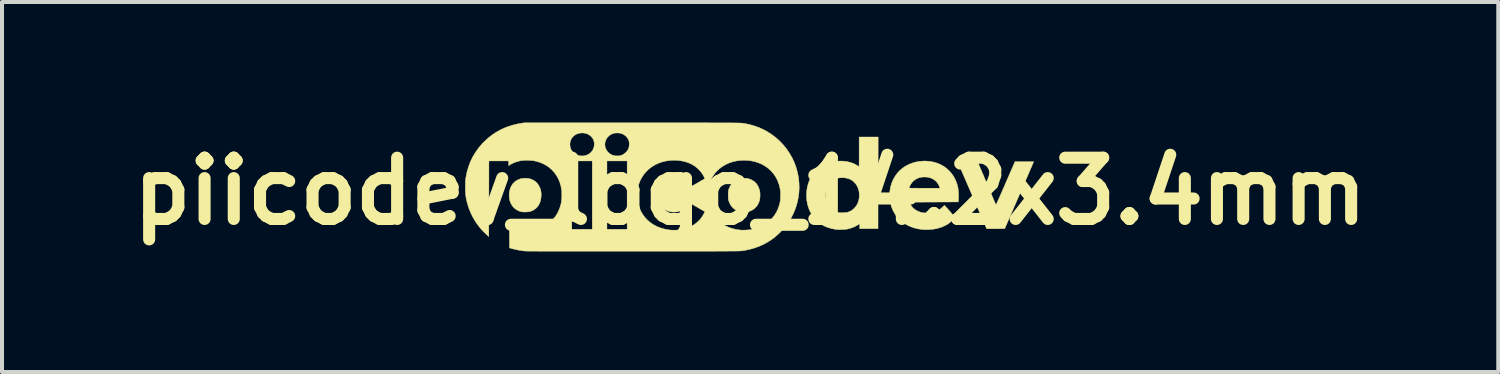
<source format=kicad_pcb>
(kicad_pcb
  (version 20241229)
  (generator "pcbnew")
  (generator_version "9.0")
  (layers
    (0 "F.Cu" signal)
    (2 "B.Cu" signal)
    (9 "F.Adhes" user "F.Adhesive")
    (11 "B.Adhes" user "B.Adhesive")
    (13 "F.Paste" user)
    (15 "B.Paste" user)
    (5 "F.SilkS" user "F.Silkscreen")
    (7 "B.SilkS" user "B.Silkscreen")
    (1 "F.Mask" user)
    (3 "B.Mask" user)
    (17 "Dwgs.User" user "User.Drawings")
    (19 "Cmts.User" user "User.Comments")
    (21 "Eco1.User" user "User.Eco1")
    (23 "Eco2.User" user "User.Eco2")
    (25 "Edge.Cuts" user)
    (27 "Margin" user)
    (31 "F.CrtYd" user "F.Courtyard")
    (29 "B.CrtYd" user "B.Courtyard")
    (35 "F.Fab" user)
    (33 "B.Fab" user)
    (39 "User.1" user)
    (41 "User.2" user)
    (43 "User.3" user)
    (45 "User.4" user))
  (footprint "piicodev_logo_14.2x3.4mm"
    (layer "F.Cu")
    (at 15.61 1.707)
    (property "Reference" "piicodev_logo_14.2x3.4mm" (at 0 0 0) (layer "F.SilkS") (effects (font (size 1.524 1.524) (thickness 0.3))))
    (attr through_hole)
    (fp_poly (pts (xy -5.539 -0.321) (xy -5.502 -0.317) (xy -5.488 -0.313) (xy -5.424 -0.291) (xy -5.367 -0.26) (xy -5.317 -0.22) (xy -5.276 -0.171) (xy -5.244 -0.117) (xy -5.223 -0.07) (xy -5.209 -0.025) (xy -5.201 0.022) (xy -5.197 0.074) (xy -5.197 0.096) (xy -5.202 0.171) (xy -5.216 0.24) (xy -5.239 0.303) (xy -5.27 0.359) (xy -5.31 0.408) (xy -5.357 0.449) (xy -5.412 0.481) (xy -5.474 0.504) (xy -5.479 0.505) (xy -5.504 0.51) (xy -5.538 0.514) (xy -5.575 0.516) (xy -5.612 0.517) (xy -5.645 0.517) (xy -5.671 0.514) (xy -5.672 0.514) (xy -5.738 0.497) (xy -5.798 0.469) (xy -5.852 0.432) (xy -5.878 0.409) (xy -5.921 0.358) (xy -5.954 0.3) (xy -5.978 0.236) (xy -5.991 0.166) (xy -5.995 0.09) (xy -5.994 0.068) (xy -5.985 -0.005) (xy -5.967 -0.073) (xy -5.939 -0.133) (xy -5.904 -0.187) (xy -5.859 -0.232) (xy -5.807 -0.27) (xy -5.748 -0.298) (xy -5.7 -0.313) (xy -5.667 -0.319) (xy -5.626 -0.323) (xy -5.582 -0.323) (xy -5.539 -0.321)) (stroke (width 0.01) (type solid)) (fill yes) (layer "F.SilkS"))
    (fp_poly (pts (xy -0.099 -0.321) (xy -0.062 -0.317) (xy -0.047 -0.313) (xy -0.008 -0.301) (xy 0.033 -0.283) (xy 0.073 -0.261) (xy 0.106 -0.239) (xy 0.116 -0.231) (xy 0.154 -0.191) (xy 0.187 -0.142) (xy 0.214 -0.087) (xy 0.234 -0.027) (xy 0.242 0.013) (xy 0.246 0.047) (xy 0.247 0.087) (xy 0.246 0.13) (xy 0.243 0.172) (xy 0.238 0.208) (xy 0.233 0.231) (xy 0.21 0.296) (xy 0.177 0.354) (xy 0.134 0.405) (xy 0.131 0.408) (xy 0.085 0.448) (xy 0.036 0.478) (xy -0.016 0.499) (xy -0.074 0.512) (xy -0.136 0.517) (xy -0.19 0.517) (xy -0.234 0.513) (xy -0.245 0.511) (xy -0.269 0.504) (xy -0.299 0.494) (xy -0.329 0.482) (xy -0.34 0.476) (xy -0.395 0.443) (xy -0.442 0.401) (xy -0.481 0.351) (xy -0.513 0.291) (xy -0.533 0.239) (xy -0.538 0.221) (xy -0.542 0.205) (xy -0.544 0.187) (xy -0.545 0.165) (xy -0.546 0.136) (xy -0.546 0.099) (xy -0.546 0.096) (xy -0.546 0.058) (xy -0.546 0.029) (xy -0.544 0.007) (xy -0.542 -0.011) (xy -0.538 -0.028) (xy -0.533 -0.046) (xy -0.533 -0.047) (xy -0.506 -0.113) (xy -0.472 -0.17) (xy -0.43 -0.219) (xy -0.38 -0.26) (xy -0.322 -0.291) (xy -0.26 -0.313) (xy -0.226 -0.319) (xy -0.186 -0.323) (xy -0.142 -0.323) (xy -0.099 -0.321)) (stroke (width 0.01) (type solid)) (fill yes) (layer "F.SilkS"))
    (fp_poly (pts (xy 5.669 -0.708) (xy 5.673 -0.699) (xy 5.682 -0.679) (xy 5.694 -0.651) (xy 5.709 -0.614) (xy 5.728 -0.57) (xy 5.75 -0.518) (xy 5.774 -0.461) (xy 5.801 -0.399) (xy 5.829 -0.332) (xy 5.859 -0.262) (xy 5.889 -0.189) (xy 5.895 -0.175) (xy 5.926 -0.102) (xy 5.956 -0.032) (xy 5.984 0.034) (xy 6.01 0.096) (xy 6.034 0.152) (xy 6.055 0.202) (xy 6.074 0.246) (xy 6.089 0.282) (xy 6.101 0.309) (xy 6.109 0.328) (xy 6.113 0.336) (xy 6.113 0.337) (xy 6.116 0.333) (xy 6.123 0.32) (xy 6.134 0.297) (xy 6.148 0.267) (xy 6.165 0.23) (xy 6.185 0.187) (xy 6.206 0.139) (xy 6.229 0.088) (xy 6.236 0.071) (xy 6.265 0.005) (xy 6.297 -0.068) (xy 6.331 -0.147) (xy 6.366 -0.227) (xy 6.4 -0.305) (xy 6.433 -0.38) (xy 6.462 -0.448) (xy 6.471 -0.469) (xy 6.588 -0.736) (xy 6.82 -0.736) (xy 6.871 -0.736) (xy 6.919 -0.736) (xy 6.961 -0.735) (xy 6.996 -0.735) (xy 7.024 -0.735) (xy 7.044 -0.734) (xy 7.052 -0.734) (xy 7.053 -0.734) (xy 7.051 -0.728) (xy 7.044 -0.712) (xy 7.033 -0.687) (xy 7.018 -0.653) (xy 7 -0.61) (xy 6.978 -0.56) (xy 6.953 -0.502) (xy 6.926 -0.437) (xy 6.895 -0.367) (xy 6.862 -0.291) (xy 6.827 -0.21) (xy 6.79 -0.124) (xy 6.752 -0.035) (xy 6.712 0.057) (xy 6.693 0.1) (xy 6.333 0.931) (xy 5.884 0.934) (xy 5.875 0.915) (xy 5.872 0.908) (xy 5.865 0.89) (xy 5.853 0.863) (xy 5.837 0.827) (xy 5.818 0.783) (xy 5.795 0.731) (xy 5.77 0.671) (xy 5.741 0.606) (xy 5.71 0.534) (xy 5.677 0.457) (xy 5.642 0.376) (xy 5.605 0.29) (xy 5.566 0.201) (xy 5.526 0.109) (xy 5.518 0.089) (xy 5.478 -0.004) (xy 5.439 -0.093) (xy 5.402 -0.179) (xy 5.366 -0.261) (xy 5.333 -0.338) (xy 5.302 -0.41) (xy 5.273 -0.477) (xy 5.247 -0.536) (xy 5.224 -0.589) (xy 5.205 -0.634) (xy 5.189 -0.671) (xy 5.177 -0.699) (xy 5.169 -0.718) (xy 5.165 -0.727) (xy 5.165 -0.727) (xy 5.165 -0.729) (xy 5.169 -0.731) (xy 5.177 -0.732) (xy 5.19 -0.734) (xy 5.21 -0.734) (xy 5.237 -0.735) (xy 5.272 -0.735) (xy 5.316 -0.736) (xy 5.37 -0.736) (xy 5.409 -0.736) (xy 5.657 -0.736) (xy 5.669 -0.708)) (stroke (width 0.01) (type solid)) (fill yes) (layer "F.SilkS"))
    (fp_poly (pts (xy 3.182 -0.209) (xy 3.181 0.931) (xy 2.726 0.931) (xy 2.724 0.868) (xy 2.723 0.806) (xy 2.696 0.826) (xy 2.654 0.853) (xy 2.604 0.879) (xy 2.548 0.903) (xy 2.49 0.923) (xy 2.432 0.938) (xy 2.408 0.943) (xy 2.365 0.948) (xy 2.316 0.952) (xy 2.264 0.955) (xy 2.213 0.955) (xy 2.169 0.953) (xy 2.156 0.952) (xy 2.079 0.94) (xy 2.001 0.922) (xy 1.925 0.899) (xy 1.857 0.871) (xy 1.843 0.864) (xy 1.792 0.836) (xy 1.739 0.8) (xy 1.688 0.76) (xy 1.642 0.719) (xy 1.642 0.718) (xy 1.58 0.649) (xy 1.528 0.573) (xy 1.484 0.491) (xy 1.449 0.403) (xy 1.423 0.31) (xy 1.407 0.214) (xy 1.401 0.115) (xy 1.403 0.085) (xy 1.879 0.085) (xy 1.88 0.127) (xy 1.883 0.169) (xy 1.887 0.206) (xy 1.893 0.236) (xy 1.893 0.236) (xy 1.918 0.303) (xy 1.951 0.363) (xy 1.993 0.415) (xy 2.043 0.459) (xy 2.099 0.495) (xy 2.163 0.521) (xy 2.182 0.526) (xy 2.202 0.531) (xy 2.221 0.534) (xy 2.244 0.535) (xy 2.272 0.536) (xy 2.31 0.535) (xy 2.346 0.534) (xy 2.374 0.532) (xy 2.395 0.529) (xy 2.414 0.525) (xy 2.433 0.52) (xy 2.439 0.518) (xy 2.49 0.497) (xy 2.536 0.47) (xy 2.578 0.435) (xy 2.59 0.423) (xy 2.632 0.375) (xy 2.665 0.322) (xy 2.69 0.264) (xy 2.706 0.198) (xy 2.713 0.152) (xy 2.715 0.078) (xy 2.708 0.007) (xy 2.691 -0.06) (xy 2.665 -0.122) (xy 2.63 -0.178) (xy 2.587 -0.227) (xy 2.536 -0.269) (xy 2.528 -0.274) (xy 2.473 -0.303) (xy 2.411 -0.323) (xy 2.346 -0.335) (xy 2.279 -0.338) (xy 2.213 -0.332) (xy 2.177 -0.324) (xy 2.115 -0.301) (xy 2.058 -0.269) (xy 2.008 -0.228) (xy 1.965 -0.179) (xy 1.929 -0.123) (xy 1.903 -0.061) (xy 1.885 0.007) (xy 1.884 0.013) (xy 1.881 0.046) (xy 1.879 0.085) (xy 1.403 0.085) (xy 1.405 0.015) (xy 1.419 -0.086) (xy 1.433 -0.147) (xy 1.462 -0.239) (xy 1.501 -0.326) (xy 1.55 -0.406) (xy 1.607 -0.479) (xy 1.672 -0.545) (xy 1.746 -0.602) (xy 1.826 -0.651) (xy 1.914 -0.69) (xy 1.951 -0.704) (xy 2.043 -0.729) (xy 2.136 -0.745) (xy 2.229 -0.751) (xy 2.32 -0.749) (xy 2.409 -0.738) (xy 2.494 -0.717) (xy 2.574 -0.689) (xy 2.647 -0.651) (xy 2.671 -0.636) (xy 2.689 -0.624) (xy 2.702 -0.616) (xy 2.708 -0.613) (xy 2.708 -0.613) (xy 2.709 -0.619) (xy 2.709 -0.635) (xy 2.71 -0.661) (xy 2.71 -0.696) (xy 2.711 -0.739) (xy 2.711 -0.788) (xy 2.711 -0.843) (xy 2.711 -0.903) (xy 2.711 -0.966) (xy 2.711 -0.981) (xy 2.711 -1.349) (xy 3.184 -1.349) (xy 3.182 -0.209)) (stroke (width 0.01) (type solid)) (fill yes) (layer "F.SilkS"))
    (fp_poly (pts (xy 4.445 -0.746) (xy 4.543 -0.73) (xy 4.639 -0.704) (xy 4.641 -0.703) (xy 4.73 -0.667) (xy 4.812 -0.622) (xy 4.888 -0.567) (xy 4.957 -0.503) (xy 5.018 -0.432) (xy 5.07 -0.354) (xy 5.113 -0.269) (xy 5.137 -0.206) (xy 5.154 -0.153) (xy 5.166 -0.103) (xy 5.175 -0.053) (xy 5.18 0.000239) (xy 5.184 0.061) (xy 5.184 0.07) (xy 5.185 0.108) (xy 5.185 0.145) (xy 5.184 0.179) (xy 5.183 0.207) (xy 5.182 0.219) (xy 5.177 0.266) (xy 4.567 0.269) (xy 3.957 0.272) (xy 3.978 0.312) (xy 4.014 0.371) (xy 4.058 0.421) (xy 4.111 0.463) (xy 4.173 0.497) (xy 4.243 0.523) (xy 4.256 0.526) (xy 4.293 0.534) (xy 4.338 0.538) (xy 4.387 0.54) (xy 4.438 0.54) (xy 4.486 0.537) (xy 4.529 0.531) (xy 4.549 0.527) (xy 4.619 0.505) (xy 4.682 0.474) (xy 4.741 0.434) (xy 4.789 0.391) (xy 4.807 0.374) (xy 4.821 0.36) (xy 4.831 0.352) (xy 4.834 0.35) (xy 4.838 0.355) (xy 4.85 0.367) (xy 4.867 0.386) (xy 4.889 0.41) (xy 4.915 0.44) (xy 4.944 0.473) (xy 4.968 0.5) (xy 5.098 0.649) (xy 5.074 0.678) (xy 5.046 0.708) (xy 5.013 0.74) (xy 4.977 0.771) (xy 4.943 0.799) (xy 4.921 0.815) (xy 4.844 0.858) (xy 4.759 0.894) (xy 4.668 0.922) (xy 4.572 0.942) (xy 4.472 0.953) (xy 4.369 0.956) (xy 4.288 0.952) (xy 4.182 0.937) (xy 4.081 0.913) (xy 3.986 0.88) (xy 3.898 0.838) (xy 3.816 0.788) (xy 3.742 0.73) (xy 3.675 0.663) (xy 3.617 0.589) (xy 3.569 0.509) (xy 3.566 0.504) (xy 3.535 0.437) (xy 3.511 0.372) (xy 3.493 0.305) (xy 3.48 0.233) (xy 3.473 0.174) (xy 3.47 0.075) (xy 3.477 -0.023) (xy 3.489 -0.083) (xy 3.955 -0.083) (xy 3.956 -0.08) (xy 3.962 -0.08) (xy 3.979 -0.079) (xy 4.006 -0.078) (xy 4.041 -0.078) (xy 4.085 -0.077) (xy 4.135 -0.077) (xy 4.192 -0.076) (xy 4.253 -0.076) (xy 4.318 -0.076) (xy 4.34 -0.076) (xy 4.721 -0.076) (xy 4.717 -0.092) (xy 4.713 -0.104) (xy 4.705 -0.124) (xy 4.694 -0.147) (xy 4.69 -0.155) (xy 4.658 -0.208) (xy 4.617 -0.254) (xy 4.568 -0.292) (xy 4.512 -0.321) (xy 4.451 -0.342) (xy 4.386 -0.353) (xy 4.316 -0.354) (xy 4.315 -0.354) (xy 4.285 -0.352) (xy 4.255 -0.348) (xy 4.229 -0.344) (xy 4.221 -0.342) (xy 4.161 -0.32) (xy 4.105 -0.289) (xy 4.055 -0.249) (xy 4.017 -0.206) (xy 4.003 -0.185) (xy 3.989 -0.162) (xy 3.976 -0.137) (xy 3.965 -0.115) (xy 3.958 -0.096) (xy 3.955 -0.083) (xy 3.489 -0.083) (xy 3.495 -0.117) (xy 3.523 -0.209) (xy 3.561 -0.296) (xy 3.608 -0.377) (xy 3.663 -0.453) (xy 3.728 -0.522) (xy 3.797 -0.58) (xy 3.877 -0.632) (xy 3.963 -0.675) (xy 4.054 -0.709) (xy 4.149 -0.733) (xy 4.247 -0.747) (xy 4.346 -0.752) (xy 4.445 -0.746)) (stroke (width 0.01) (type solid)) (fill yes) (layer "F.SilkS"))
    (fp_poly (pts (xy -2.723 -1.702) (xy -2.522 -1.702) (xy -2.332 -1.702) (xy -2.153 -1.702) (xy -1.984 -1.702) (xy -1.825 -1.702) (xy -1.677 -1.702) (xy -1.538 -1.702) (xy -1.408 -1.702) (xy -1.287 -1.702) (xy -1.174 -1.702) (xy -1.07 -1.702) (xy -0.973 -1.701) (xy -0.884 -1.701) (xy -0.803 -1.701) (xy -0.728 -1.701) (xy -0.66 -1.701) (xy -0.598 -1.7) (xy -0.541 -1.7) (xy -0.491 -1.7) (xy -0.446 -1.7) (xy -0.405 -1.699) (xy -0.37 -1.699) (xy -0.338 -1.699) (xy -0.311 -1.698) (xy -0.287 -1.698) (xy -0.266 -1.697) (xy -0.249 -1.697) (xy -0.234 -1.696) (xy -0.221 -1.695) (xy -0.21 -1.695) (xy -0.201 -1.694) (xy -0.194 -1.693) (xy -0.187 -1.692) (xy -0.181 -1.692) (xy -0.18 -1.692) (xy -0.042 -1.666) (xy 0.091 -1.63) (xy 0.219 -1.585) (xy 0.339 -1.53) (xy 0.405 -1.495) (xy 0.521 -1.423) (xy 0.629 -1.342) (xy 0.729 -1.254) (xy 0.821 -1.158) (xy 0.903 -1.057) (xy 0.977 -0.949) (xy 1.042 -0.837) (xy 1.097 -0.719) (xy 1.142 -0.598) (xy 1.177 -0.473) (xy 1.202 -0.346) (xy 1.216 -0.216) (xy 1.22 -0.085) (xy 1.213 0.048) (xy 1.194 0.18) (xy 1.17 0.289) (xy 1.13 0.421) (xy 1.079 0.547) (xy 1.019 0.668) (xy 0.947 0.784) (xy 0.897 0.854) (xy 0.862 0.897) (xy 0.821 0.943) (xy 0.774 0.993) (xy 0.725 1.042) (xy 0.675 1.088) (xy 0.627 1.131) (xy 0.583 1.166) (xy 0.575 1.172) (xy 0.462 1.249) (xy 0.345 1.315) (xy 0.223 1.371) (xy 0.096 1.416) (xy -0.037 1.452) (xy -0.176 1.479) (xy -0.193 1.481) (xy -0.199 1.482) (xy -0.206 1.483) (xy -0.214 1.484) (xy -0.224 1.484) (xy -0.235 1.485) (xy -0.249 1.485) (xy -0.265 1.486) (xy -0.285 1.487) (xy -0.307 1.487) (xy -0.333 1.488) (xy -0.363 1.488) (xy -0.397 1.488) (xy -0.435 1.489) (xy -0.478 1.489) (xy -0.527 1.489) (xy -0.581 1.49) (xy -0.64 1.49) (xy -0.706 1.49) (xy -0.779 1.49) (xy -0.858 1.491) (xy -0.944 1.491) (xy -1.038 1.491) (xy -1.14 1.491) (xy -1.25 1.491) (xy -1.368 1.491) (xy -1.495 1.492) (xy -1.632 1.492) (xy -1.777 1.492) (xy -1.933 1.492) (xy -2.098 1.492) (xy -2.275 1.492) (xy -2.461 1.492) (xy -2.659 1.492) (xy -2.869 1.492) (xy -2.894 1.492) (xy -3.071 1.492) (xy -3.244 1.492) (xy -3.415 1.492) (xy -3.581 1.492) (xy -3.744 1.492) (xy -3.903 1.492) (xy -4.057 1.492) (xy -4.206 1.492) (xy -4.349 1.492) (xy -4.487 1.492) (xy -4.618 1.492) (xy -4.743 1.492) (xy -4.861 1.491) (xy -4.971 1.491) (xy -5.074 1.491) (xy -5.169 1.491) (xy -5.255 1.491) (xy -5.332 1.49) (xy -5.399 1.49) (xy -5.457 1.49) (xy -5.505 1.49) (xy -5.542 1.489) (xy -5.569 1.489) (xy -5.584 1.489) (xy -5.587 1.489) (xy -5.675 1.479) (xy -5.766 1.464) (xy -5.856 1.445) (xy -5.941 1.423) (xy -5.951 1.42) (xy -5.987 1.409) (xy -5.99 0.841) (xy -5.956 0.863) (xy -5.888 0.899) (xy -5.812 0.928) (xy -5.731 0.95) (xy -5.644 0.963) (xy -5.555 0.968) (xy -5.474 0.965) (xy -5.393 0.955) (xy -5.32 0.942) (xy -5.252 0.922) (xy -5.185 0.897) (xy -5.131 0.871) (xy -5.048 0.823) (xy -4.972 0.766) (xy -4.904 0.701) (xy -4.844 0.627) (xy -4.793 0.547) (xy -4.752 0.459) (xy -4.719 0.365) (xy -4.701 0.293) (xy -4.695 0.252) (xy -4.69 0.204) (xy -4.687 0.15) (xy -4.685 0.095) (xy -4.686 0.043) (xy -4.688 -0.004) (xy -4.69 -0.022) (xy -4.707 -0.123) (xy -4.734 -0.219) (xy -4.771 -0.308) (xy -4.818 -0.392) (xy -4.873 -0.469) (xy -4.937 -0.538) (xy -5.01 -0.6) (xy -5.05 -0.628) (xy -5.129 -0.674) (xy -5.214 -0.711) (xy -5.305 -0.741) (xy -5.361 -0.753) (xy -4.436 -0.753) (xy -4.436 0.946) (xy -3.928 0.946) (xy -3.928 -0.753) (xy -3.562 -0.753) (xy -3.562 0.946) (xy -3.06 0.946) (xy -3.06 0.118) (xy -2.811 0.118) (xy -2.803 0.217) (xy -2.784 0.317) (xy -2.755 0.412) (xy -2.716 0.5) (xy -2.668 0.582) (xy -2.611 0.658) (xy -2.545 0.726) (xy -2.472 0.787) (xy -2.39 0.84) (xy -2.302 0.884) (xy -2.207 0.92) (xy -2.106 0.946) (xy -2.002 0.963) (xy -1.949 0.967) (xy -1.89 0.968) (xy -1.831 0.967) (xy -1.785 0.963) (xy -1.682 0.948) (xy -1.586 0.922) (xy -1.497 0.888) (xy -1.415 0.844) (xy -1.34 0.791) (xy -1.295 0.751) (xy -1.252 0.708) (xy -1.217 0.665) (xy -1.185 0.618) (xy -1.156 0.568) (xy -1.124 0.509) (xy -1.322 0.394) (xy -1.365 0.369) (xy -1.406 0.346) (xy -1.442 0.325) (xy -1.473 0.308) (xy -1.497 0.294) (xy -1.513 0.285) (xy -1.52 0.281) (xy -1.521 0.281) (xy -1.524 0.287) (xy -1.533 0.3) (xy -1.545 0.318) (xy -1.555 0.333) (xy -1.599 0.391) (xy -1.648 0.437) (xy -1.702 0.473) (xy -1.762 0.499) (xy -1.826 0.514) (xy -1.895 0.518) (xy -1.914 0.518) (xy -1.98 0.511) (xy -2.039 0.497) (xy -2.091 0.475) (xy -2.139 0.444) (xy -2.183 0.406) (xy -2.22 0.364) (xy -2.249 0.321) (xy -2.272 0.272) (xy -2.287 0.224) (xy -2.295 0.185) (xy -2.299 0.141) (xy -1.06 0.141) (xy -1.05 0.239) (xy -1.029 0.335) (xy -0.998 0.429) (xy -0.962 0.508) (xy -0.912 0.592) (xy -0.853 0.668) (xy -0.786 0.737) (xy -0.711 0.797) (xy -0.63 0.85) (xy -0.542 0.893) (xy -0.449 0.926) (xy -0.351 0.95) (xy -0.304 0.957) (xy -0.279 0.96) (xy -0.257 0.963) (xy -0.241 0.966) (xy -0.239 0.966) (xy -0.221 0.967) (xy -0.193 0.968) (xy -0.159 0.967) (xy -0.121 0.966) (xy -0.082 0.964) (xy -0.045 0.962) (xy -0.012 0.959) (xy 0.014 0.956) (xy 0.021 0.955) (xy 0.125 0.931) (xy 0.222 0.898) (xy 0.313 0.856) (xy 0.397 0.806) (xy 0.473 0.746) (xy 0.542 0.679) (xy 0.601 0.604) (xy 0.653 0.522) (xy 0.695 0.433) (xy 0.727 0.338) (xy 0.739 0.29) (xy 0.745 0.261) (xy 0.749 0.229) (xy 0.752 0.189) (xy 0.754 0.141) (xy 0.754 0.126) (xy 0.755 0.083) (xy 0.755 0.05) (xy 0.755 0.022) (xy 0.753 -0.003) (xy 0.75 -0.028) (xy 0.745 -0.057) (xy 0.745 -0.058) (xy 0.722 -0.157) (xy 0.689 -0.25) (xy 0.646 -0.337) (xy 0.593 -0.419) (xy 0.53 -0.494) (xy 0.495 -0.529) (xy 0.435 -0.58) (xy 0.372 -0.625) (xy 0.302 -0.665) (xy 0.271 -0.68) (xy 0.186 -0.715) (xy 0.098 -0.741) (xy 0.006 -0.759) (xy -0.093 -0.768) (xy -0.112 -0.769) (xy -0.22 -0.768) (xy -0.323 -0.757) (xy -0.423 -0.736) (xy -0.518 -0.705) (xy -0.607 -0.665) (xy -0.69 -0.616) (xy -0.766 -0.559) (xy -0.836 -0.493) (xy -0.897 -0.42) (xy -0.949 -0.339) (xy -0.954 -0.33) (xy -0.996 -0.243) (xy -1.027 -0.15) (xy -1.048 -0.055) (xy -1.059 0.043) (xy -1.06 0.141) (xy -2.299 0.141) (xy -2.299 0.138) (xy -2.3 0.088) (xy -2.298 0.039) (xy -2.292 -0.006) (xy -2.287 -0.031) (xy -2.263 -0.097) (xy -2.231 -0.155) (xy -2.19 -0.206) (xy -2.141 -0.249) (xy -2.084 -0.283) (xy -2.02 -0.308) (xy -2.011 -0.31) (xy -1.97 -0.318) (xy -1.923 -0.323) (xy -1.874 -0.324) (xy -1.828 -0.32) (xy -1.79 -0.314) (xy -1.728 -0.292) (xy -1.672 -0.261) (xy -1.621 -0.219) (xy -1.575 -0.167) (xy -1.559 -0.144) (xy -1.543 -0.123) (xy -1.53 -0.105) (xy -1.52 -0.094) (xy -1.515 -0.091) (xy -1.509 -0.094) (xy -1.494 -0.102) (xy -1.472 -0.115) (xy -1.444 -0.13) (xy -1.411 -0.149) (xy -1.374 -0.17) (xy -1.336 -0.191) (xy -1.298 -0.214) (xy -1.26 -0.235) (xy -1.225 -0.256) (xy -1.193 -0.274) (xy -1.166 -0.29) (xy -1.146 -0.302) (xy -1.134 -0.309) (xy -1.13 -0.314) (xy -1.131 -0.321) (xy -1.136 -0.335) (xy -1.143 -0.351) (xy -1.186 -0.427) (xy -1.239 -0.498) (xy -1.3 -0.562) (xy -1.37 -0.619) (xy -1.447 -0.667) (xy -1.459 -0.674) (xy -1.541 -0.71) (xy -1.63 -0.738) (xy -1.724 -0.758) (xy -1.821 -0.768) (xy -1.919 -0.77) (xy -2.019 -0.763) (xy -2.116 -0.747) (xy -2.211 -0.722) (xy -2.254 -0.707) (xy -2.346 -0.667) (xy -2.432 -0.617) (xy -2.51 -0.56) (xy -2.579 -0.495) (xy -2.641 -0.423) (xy -2.693 -0.344) (xy -2.737 -0.261) (xy -2.771 -0.172) (xy -2.795 -0.079) (xy -2.808 0.018) (xy -2.811 0.118) (xy -3.06 0.118) (xy -3.06 -0.753) (xy -3.562 -0.753) (xy -3.928 -0.753) (xy -4.436 -0.753) (xy -5.361 -0.753) (xy -5.378 -0.757) (xy -5.412 -0.762) (xy -5.454 -0.765) (xy -5.502 -0.768) (xy -5.552 -0.768) (xy -5.601 -0.768) (xy -5.648 -0.765) (xy -5.688 -0.762) (xy -5.718 -0.757) (xy -5.789 -0.739) (xy -5.857 -0.716) (xy -5.919 -0.689) (xy -5.973 -0.659) (xy -5.981 -0.654) (xy -6.007 -0.636) (xy -6.007 -0.753) (xy -6.498 -0.753) (xy -6.499 0.187) (xy -6.501 1.128) (xy -6.563 1.073) (xy -6.656 0.982) (xy -6.741 0.883) (xy -6.819 0.777) (xy -6.888 0.664) (xy -6.947 0.546) (xy -6.997 0.423) (xy -7.036 0.296) (xy -7.05 0.242) (xy -7.061 0.19) (xy -7.07 0.142) (xy -7.076 0.096) (xy -7.081 0.05) (xy -7.083 0.000047) (xy -7.085 -0.056) (xy -7.085 -0.108) (xy -7.085 -0.159) (xy -7.084 -0.2) (xy -7.083 -0.235) (xy -7.081 -0.266) (xy -7.078 -0.294) (xy -7.074 -0.323) (xy -7.072 -0.336) (xy -7.045 -0.474) (xy -7.007 -0.606) (xy -6.96 -0.732) (xy -6.902 -0.853) (xy -6.833 -0.968) (xy -6.755 -1.077) (xy -6.679 -1.166) (xy -4.483 -1.166) (xy -4.479 -1.109) (xy -4.464 -1.059) (xy -4.439 -1.012) (xy -4.403 -0.969) (xy -4.393 -0.959) (xy -4.346 -0.923) (xy -4.294 -0.898) (xy -4.238 -0.882) (xy -4.179 -0.878) (xy -4.119 -0.884) (xy -4.114 -0.885) (xy -4.057 -0.902) (xy -4.006 -0.929) (xy -3.962 -0.965) (xy -3.926 -1.009) (xy -3.908 -1.04) (xy -3.887 -1.094) (xy -3.877 -1.147) (xy -3.613 -1.147) (xy -3.604 -1.093) (xy -3.596 -1.069) (xy -3.571 -1.018) (xy -3.537 -0.974) (xy -3.496 -0.937) (xy -3.448 -0.908) (xy -3.396 -0.889) (xy -3.34 -0.879) (xy -3.281 -0.879) (xy -3.242 -0.884) (xy -3.193 -0.898) (xy -3.151 -0.919) (xy -3.111 -0.949) (xy -3.092 -0.966) (xy -3.057 -1.005) (xy -3.033 -1.045) (xy -3.017 -1.087) (xy -3.009 -1.134) (xy -3.008 -1.189) (xy -3.008 -1.19) (xy -3.01 -1.22) (xy -3.013 -1.241) (xy -3.018 -1.26) (xy -3.026 -1.28) (xy -3.029 -1.285) (xy -3.059 -1.334) (xy -3.098 -1.376) (xy -3.145 -1.41) (xy -3.199 -1.434) (xy -3.207 -1.437) (xy -3.247 -1.446) (xy -3.292 -1.45) (xy -3.339 -1.449) (xy -3.382 -1.444) (xy -3.408 -1.437) (xy -3.462 -1.413) (xy -3.508 -1.381) (xy -3.547 -1.343) (xy -3.577 -1.299) (xy -3.599 -1.251) (xy -3.611 -1.2) (xy -3.613 -1.147) (xy -3.877 -1.147) (xy -3.877 -1.148) (xy -3.878 -1.201) (xy -3.888 -1.251) (xy -3.907 -1.298) (xy -3.935 -1.34) (xy -3.971 -1.377) (xy -4.014 -1.407) (xy -4.063 -1.431) (xy -4.119 -1.445) (xy -4.179 -1.45) (xy -4.179 -1.45) (xy -4.239 -1.445) (xy -4.295 -1.43) (xy -4.345 -1.407) (xy -4.389 -1.375) (xy -4.426 -1.336) (xy -4.454 -1.291) (xy -4.473 -1.241) (xy -4.483 -1.186) (xy -4.483 -1.166) (xy -6.679 -1.166) (xy -6.666 -1.182) (xy -6.613 -1.235) (xy -6.511 -1.329) (xy -6.404 -1.412) (xy -6.292 -1.484) (xy -6.174 -1.547) (xy -6.05 -1.599) (xy -5.92 -1.642) (xy -5.783 -1.675) (xy -5.703 -1.689) (xy -5.62 -1.702) (xy -2.936 -1.702) (xy -2.723 -1.702)) (stroke (width 0.01) (type solid)) (fill yes) (layer "F.SilkS")))
  (gr_rect
    (start -3 -3)
    (end 34.22 6.204)
    (stroke (width 0.1) (type default))
    (fill no)
    (layer "Edge.Cuts")))
</source>
